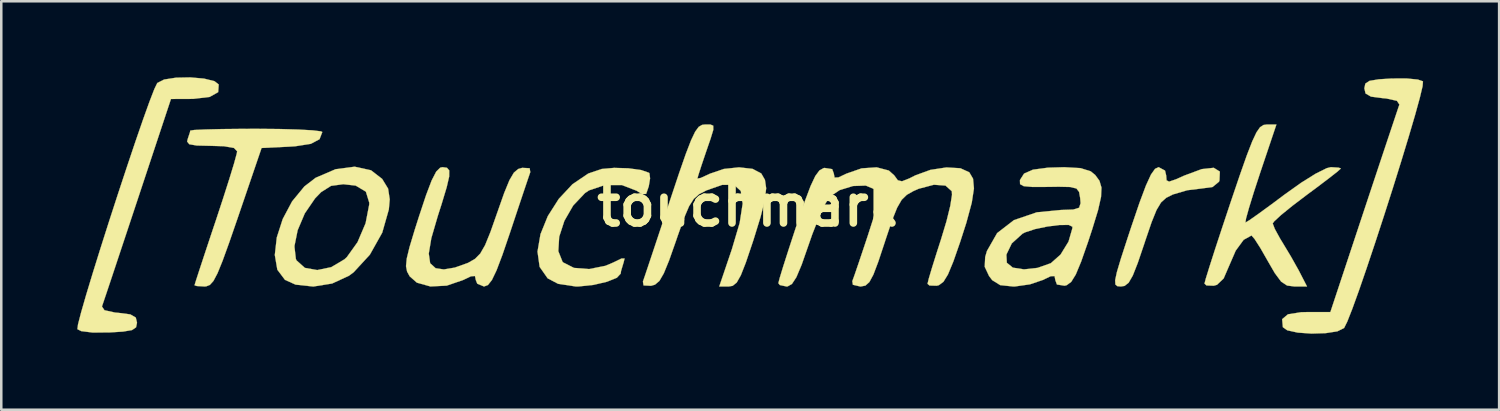
<source format=kicad_pcb>
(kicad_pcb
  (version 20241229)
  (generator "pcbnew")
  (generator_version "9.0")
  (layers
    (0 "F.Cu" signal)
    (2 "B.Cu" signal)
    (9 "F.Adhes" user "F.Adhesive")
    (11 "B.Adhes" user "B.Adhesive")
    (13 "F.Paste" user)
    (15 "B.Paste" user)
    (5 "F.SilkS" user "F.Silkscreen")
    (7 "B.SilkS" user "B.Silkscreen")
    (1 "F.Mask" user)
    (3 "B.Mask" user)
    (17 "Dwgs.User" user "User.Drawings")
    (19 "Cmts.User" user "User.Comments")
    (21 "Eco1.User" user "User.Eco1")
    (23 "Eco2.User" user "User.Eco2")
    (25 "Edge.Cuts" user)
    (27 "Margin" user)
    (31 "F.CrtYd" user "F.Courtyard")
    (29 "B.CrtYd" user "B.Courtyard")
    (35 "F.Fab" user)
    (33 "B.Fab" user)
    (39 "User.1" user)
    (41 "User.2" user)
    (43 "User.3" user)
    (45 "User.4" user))
  (footprint "touchmark"
    (layer "F.Cu")
    (at 26.496 5.062)
    (property "Reference" "touchmark" (at 0 0 0) (layer "F.SilkS") (effects (font (size 1.524 1.524) (thickness 0.3))))
    (attr through_hole)
    (fp_poly (pts (xy 16.439 -1.379) (xy 16.485 -1.186) (xy 16.5 -0.994) (xy 16.6 -0.943) (xy 16.866 -1.033) (xy 17.2 -1.182) (xy 17.888 -1.437) (xy 18.363 -1.489) (xy 18.603 -1.339) (xy 18.589 -0.993) (xy 18.57 -0.94) (xy 18.316 -0.731) (xy 17.891 -0.673) (xy 17.318 -0.603) (xy 16.748 -0.436) (xy 16.748 -0.436) (xy 16.485 -0.304) (xy 16.283 -0.122) (xy 16.104 0.177) (xy 15.909 0.659) (xy 15.66 1.388) (xy 15.624 1.499) (xy 15.364 2.265) (xy 15.168 2.762) (xy 15.004 3.047) (xy 14.843 3.173) (xy 14.697 3.196) (xy 14.558 3.184) (xy 14.48 3.117) (xy 14.471 2.947) (xy 14.54 2.625) (xy 14.695 2.104) (xy 14.944 1.337) (xy 15.108 0.841) (xy 15.434 -0.116) (xy 15.686 -0.789) (xy 15.884 -1.22) (xy 16.045 -1.448) (xy 16.187 -1.514) (xy 16.439 -1.379)) (stroke (width 0.01) (type solid)) (fill yes) (layer "F.SilkS"))
    (fp_poly (pts (xy -18.535 -3.02) (xy -17.774 -2.999) (xy -17.202 -2.967) (xy -16.877 -2.927) (xy -16.824 -2.902) (xy -16.933 -2.617) (xy -17.276 -2.435) (xy -17.894 -2.338) (xy -18.152 -2.322) (xy -19.221 -2.271) (xy -20.154 0.463) (xy -20.499 1.461) (xy -20.761 2.184) (xy -20.961 2.675) (xy -21.121 2.977) (xy -21.262 3.134) (xy -21.406 3.191) (xy -21.477 3.196) (xy -21.779 3.178) (xy -21.868 3.148) (xy -21.817 2.98) (xy -21.677 2.549) (xy -21.466 1.909) (xy -21.203 1.116) (xy -21.026 0.589) (xy -20.738 -0.286) (xy -20.492 -1.056) (xy -20.307 -1.662) (xy -20.203 -2.044) (xy -20.185 -2.138) (xy -20.31 -2.271) (xy -20.705 -2.34) (xy -21.213 -2.355) (xy -21.779 -2.368) (xy -22.074 -2.418) (xy -22.16 -2.524) (xy -22.138 -2.621) (xy -22.049 -2.889) (xy -22.036 -2.957) (xy -21.877 -2.982) (xy -21.439 -3.002) (xy -20.779 -3.018) (xy -19.955 -3.026) (xy -19.428 -3.028) (xy -18.535 -3.02)) (stroke (width 0.01) (type solid)) (fill yes) (layer "F.SilkS"))
    (fp_poly (pts (xy -21.494 -5.01) (xy -21.081 -4.908) (xy -20.913 -4.777) (xy -20.934 -4.475) (xy -21.27 -4.286) (xy -21.921 -4.209) (xy -22.038 -4.208) (xy -22.798 -4.205) (xy -24.123 -0.21) (xy -24.49 0.895) (xy -24.824 1.899) (xy -25.109 2.756) (xy -25.331 3.42) (xy -25.475 3.847) (xy -25.522 3.985) (xy -25.423 4.133) (xy -25.007 4.225) (xy -24.867 4.237) (xy -24.401 4.298) (xy -24.186 4.423) (xy -24.138 4.626) (xy -24.176 4.808) (xy -24.336 4.917) (xy -24.692 4.977) (xy -25.259 5.012) (xy -25.9 5.013) (xy -26.338 4.958) (xy -26.491 4.881) (xy -26.466 4.687) (xy -26.346 4.224) (xy -26.149 3.539) (xy -25.889 2.681) (xy -25.583 1.699) (xy -25.246 0.641) (xy -24.893 -0.446) (xy -24.541 -1.511) (xy -24.206 -2.508) (xy -23.902 -3.387) (xy -23.646 -4.1) (xy -23.453 -4.599) (xy -23.339 -4.835) (xy -23.338 -4.836) (xy -23.068 -4.973) (xy -22.597 -5.046) (xy -22.036 -5.057) (xy -21.494 -5.01)) (stroke (width 0.01) (type solid)) (fill yes) (layer "F.SilkS"))
    (fp_poly (pts (xy -14.902 -1.391) (xy -14.462 -1.051) (xy -14.227 -0.667) (xy -14.163 -0.244) (xy -14.198 0.155) (xy -14.459 1.072) (xy -14.946 1.939) (xy -15.585 2.633) (xy -15.773 2.773) (xy -16.437 3.079) (xy -17.18 3.198) (xy -17.878 3.123) (xy -18.298 2.934) (xy -18.599 2.534) (xy -18.699 1.952) (xy -18.66 1.608) (xy -17.925 1.608) (xy -17.868 2.108) (xy -17.841 2.167) (xy -17.513 2.461) (xy -17.024 2.548) (xy -16.47 2.433) (xy -15.949 2.123) (xy -15.857 2.038) (xy -15.434 1.448) (xy -15.115 0.699) (xy -14.973 -0.035) (xy -14.971 -0.112) (xy -15.104 -0.546) (xy -15.506 -0.786) (xy -15.996 -0.841) (xy -16.479 -0.776) (xy -16.872 -0.528) (xy -17.111 -0.28) (xy -17.515 0.31) (xy -17.797 0.974) (xy -17.925 1.608) (xy -18.66 1.608) (xy -18.621 1.261) (xy -18.386 0.532) (xy -18.016 -0.164) (xy -17.531 -0.753) (xy -17.085 -1.096) (xy -16.297 -1.434) (xy -15.546 -1.532) (xy -14.902 -1.391)) (stroke (width 0.01) (type solid)) (fill yes) (layer "F.SilkS"))
    (fp_poly (pts (xy -4.743 -1.469) (xy -4.244 -1.401) (xy -3.933 -1.294) (xy -3.912 -1.277) (xy -3.886 -1.07) (xy -3.938 -0.759) (xy -4.041 -0.46) (xy -4.202 -0.446) (xy -4.416 -0.583) (xy -4.994 -0.806) (xy -5.671 -0.808) (xy -6.298 -0.597) (xy -6.457 -0.49) (xy -6.921 -0.00015) (xy -7.269 0.604) (xy -7.474 1.234) (xy -7.508 1.803) (xy -7.342 2.22) (xy -7.319 2.245) (xy -6.891 2.462) (xy -6.294 2.508) (xy -5.649 2.38) (xy -5.35 2.254) (xy -5.009 2.089) (xy -4.893 2.089) (xy -4.933 2.256) (xy -4.938 2.268) (xy -5.032 2.583) (xy -5.046 2.689) (xy -5.198 2.852) (xy -5.588 3.009) (xy -6.119 3.133) (xy -6.694 3.194) (xy -6.819 3.196) (xy -7.518 3.09) (xy -7.929 2.874) (xy -8.246 2.421) (xy -8.33 1.819) (xy -8.212 1.13) (xy -7.922 0.416) (xy -7.49 -0.262) (xy -6.948 -0.842) (xy -6.325 -1.263) (xy -5.798 -1.442) (xy -5.304 -1.486) (xy -4.743 -1.469)) (stroke (width 0.01) (type solid)) (fill yes) (layer "F.SilkS"))
    (fp_poly (pts (xy 26.417 -4.972) (xy 26.621 -4.902) (xy 26.606 -4.713) (xy 26.497 -4.255) (xy 26.31 -3.575) (xy 26.059 -2.722) (xy 25.761 -1.742) (xy 25.431 -0.686) (xy 25.083 0.4) (xy 24.734 1.468) (xy 24.399 2.468) (xy 24.094 3.353) (xy 23.833 4.075) (xy 23.632 4.585) (xy 23.507 4.836) (xy 23.506 4.836) (xy 23.244 4.966) (xy 22.779 5.038) (xy 22.221 5.055) (xy 21.68 5.017) (xy 21.265 4.926) (xy 21.09 4.802) (xy 21.062 4.486) (xy 21.292 4.294) (xy 21.809 4.212) (xy 22.09 4.205) (xy 22.966 4.205) (xy 24.291 0.21) (xy 24.658 -0.895) (xy 24.992 -1.899) (xy 25.278 -2.756) (xy 25.5 -3.42) (xy 25.643 -3.847) (xy 25.69 -3.985) (xy 25.592 -4.133) (xy 25.175 -4.225) (xy 25.036 -4.237) (xy 24.569 -4.298) (xy 24.354 -4.423) (xy 24.307 -4.626) (xy 24.346 -4.811) (xy 24.512 -4.921) (xy 24.879 -4.982) (xy 25.383 -5.013) (xy 25.966 -5.016) (xy 26.417 -4.972)) (stroke (width 0.01) (type solid)) (fill yes) (layer "F.SilkS"))
    (fp_poly (pts (xy -11.904 -1.49) (xy -11.814 -1.385) (xy -11.816 -1.145) (xy -11.915 -0.72) (xy -12.115 -0.057) (xy -12.267 0.417) (xy -12.521 1.289) (xy -12.622 1.897) (xy -12.567 2.279) (xy -12.351 2.475) (xy -12.027 2.523) (xy -11.594 2.45) (xy -11.095 2.273) (xy -11.059 2.257) (xy -10.797 2.106) (xy -10.59 1.897) (xy -10.398 1.563) (xy -10.185 1.039) (xy -9.918 0.28) (xy -9.646 -0.492) (xy -9.438 -0.999) (xy -9.263 -1.297) (xy -9.09 -1.442) (xy -8.934 -1.487) (xy -8.64 -1.472) (xy -8.615 -1.318) (xy -8.696 -1.082) (xy -8.861 -0.592) (xy -9.087 0.083) (xy -9.351 0.877) (xy -9.409 1.051) (xy -9.713 1.943) (xy -9.946 2.558) (xy -10.13 2.941) (xy -10.286 3.138) (xy -10.438 3.196) (xy -10.443 3.196) (xy -10.708 3.085) (xy -10.766 2.939) (xy -10.799 2.782) (xy -10.96 2.795) (xy -11.262 2.939) (xy -11.912 3.162) (xy -12.555 3.195) (xy -13.091 3.045) (xy -13.375 2.796) (xy -13.478 2.607) (xy -13.52 2.394) (xy -13.491 2.093) (xy -13.381 1.641) (xy -13.18 0.973) (xy -13.011 0.442) (xy -12.726 -0.416) (xy -12.506 -0.994) (xy -12.328 -1.338) (xy -12.171 -1.493) (xy -12.08 -1.514) (xy -11.904 -1.49)) (stroke (width 0.01) (type solid)) (fill yes) (layer "F.SilkS"))
    (fp_poly (pts (xy -1.393 -3.151) (xy -1.391 -2.989) (xy -1.497 -2.641) (xy -1.682 -2.103) (xy -1.859 -1.58) (xy -1.981 -1.202) (xy -2.019 -1.063) (xy -1.889 -1.088) (xy -1.572 -1.232) (xy -1.522 -1.257) (xy -0.976 -1.443) (xy -0.376 -1.507) (xy 0.158 -1.447) (xy 0.502 -1.265) (xy 0.505 -1.261) (xy 0.648 -1.012) (xy 0.696 -0.682) (xy 0.641 -0.214) (xy 0.476 0.446) (xy 0.195 1.357) (xy 0.153 1.483) (xy -0.107 2.252) (xy -0.304 2.753) (xy -0.467 3.041) (xy -0.627 3.17) (xy -0.782 3.196) (xy -1.156 3.196) (xy -0.657 1.724) (xy -0.35 0.688) (xy -0.232 -0.075) (xy -0.306 -0.574) (xy -0.575 -0.818) (xy -1.044 -0.815) (xy -1.668 -0.595) (xy -1.948 -0.45) (xy -2.161 -0.264) (xy -2.347 0.028) (xy -2.546 0.494) (xy -2.797 1.199) (xy -2.864 1.396) (xy -3.137 2.17) (xy -3.345 2.678) (xy -3.519 2.977) (xy -3.693 3.124) (xy -3.85 3.169) (xy -4.144 3.154) (xy -4.169 3.001) (xy -4.091 2.775) (xy -3.927 2.285) (xy -3.693 1.585) (xy -3.408 0.728) (xy -3.097 -0.21) (xy -2.746 -1.262) (xy -2.477 -2.035) (xy -2.27 -2.572) (xy -2.107 -2.914) (xy -1.968 -3.104) (xy -1.834 -3.183) (xy -1.728 -3.196) (xy -1.504 -3.196) (xy -1.393 -3.151)) (stroke (width 0.01) (type solid)) (fill yes) (layer "F.SilkS"))
    (fp_poly (pts (xy 20.185 -1.262) (xy 19.942 -0.519) (xy 19.754 0.091) (xy 19.638 0.509) (xy 19.613 0.672) (xy 19.614 0.673) (xy 19.772 0.578) (xy 20.139 0.32) (xy 20.657 -0.058) (xy 21.142 -0.421) (xy 21.807 -0.895) (xy 22.39 -1.259) (xy 22.822 -1.474) (xy 22.987 -1.514) (xy 23.291 -1.495) (xy 23.381 -1.462) (xy 23.255 -1.347) (xy 22.914 -1.08) (xy 22.418 -0.704) (xy 22.036 -0.421) (xy 21.466 0.012) (xy 21.016 0.378) (xy 20.744 0.63) (xy 20.69 0.709) (xy 20.773 0.925) (xy 20.981 1.305) (xy 21.085 1.475) (xy 21.413 2.02) (xy 21.716 2.56) (xy 21.762 2.649) (xy 22.044 3.196) (xy 21.547 3.196) (xy 21.258 3.159) (xy 21.022 3.004) (xy 20.771 2.666) (xy 20.494 2.187) (xy 20.206 1.683) (xy 19.976 1.324) (xy 19.854 1.183) (xy 19.852 1.183) (xy 19.542 1.354) (xy 19.229 1.782) (xy 18.98 2.355) (xy 18.753 2.88) (xy 18.492 3.129) (xy 18.364 3.166) (xy 18.077 3.155) (xy 17.997 3.082) (xy 18.048 2.886) (xy 18.191 2.424) (xy 18.408 1.746) (xy 18.685 0.904) (xy 19.003 -0.051) (xy 19.028 -0.126) (xy 19.39 -1.193) (xy 19.668 -1.982) (xy 19.882 -2.533) (xy 20.049 -2.888) (xy 20.19 -3.09) (xy 20.324 -3.178) (xy 20.448 -3.196) (xy 20.835 -3.196) (xy 20.185 -1.262)) (stroke (width 0.01) (type solid)) (fill yes) (layer "F.SilkS"))
    (fp_poly (pts (xy 13.104 -1.476) (xy 13.506 -1.35) (xy 13.683 -1.206) (xy 13.852 -0.975) (xy 13.931 -0.707) (xy 13.914 -0.34) (xy 13.795 0.187) (xy 13.566 0.935) (xy 13.401 1.436) (xy 13.129 2.213) (xy 12.918 2.72) (xy 12.738 3.012) (xy 12.56 3.144) (xy 12.476 3.166) (xy 12.173 3.118) (xy 12.111 2.951) (xy 12.079 2.785) (xy 11.924 2.792) (xy 11.615 2.939) (xy 11.107 3.111) (xy 10.516 3.195) (xy 10.441 3.196) (xy 9.935 3.143) (xy 9.618 2.946) (xy 9.493 2.782) (xy 9.322 2.418) (xy 9.341 2.032) (xy 9.369 1.935) (xy 10.178 1.935) (xy 10.195 2.259) (xy 10.432 2.452) (xy 10.872 2.52) (xy 11.409 2.461) (xy 11.933 2.276) (xy 12.315 1.937) (xy 12.63 1.425) (xy 12.781 0.903) (xy 12.784 0.837) (xy 12.639 0.767) (xy 12.274 0.769) (xy 11.795 0.829) (xy 11.306 0.931) (xy 10.914 1.06) (xy 10.814 1.112) (xy 10.391 1.495) (xy 10.178 1.935) (xy 9.369 1.935) (xy 9.411 1.793) (xy 9.812 1.089) (xy 10.476 0.576) (xy 11.379 0.268) (xy 12.333 0.176) (xy 12.817 0.159) (xy 13.048 0.088) (xy 13.106 -0.089) (xy 13.09 -0.294) (xy 13.048 -0.534) (xy 12.943 -0.671) (xy 12.698 -0.731) (xy 12.238 -0.741) (xy 11.838 -0.735) (xy 11.216 -0.732) (xy 10.864 -0.763) (xy 10.718 -0.843) (xy 10.712 -0.989) (xy 10.718 -1.014) (xy 10.875 -1.26) (xy 11.226 -1.415) (xy 11.82 -1.494) (xy 12.464 -1.512) (xy 13.104 -1.476)) (stroke (width 0.01) (type solid)) (fill yes) (layer "F.SilkS"))
    (fp_poly (pts (xy 5.537 -1.381) (xy 5.75 -1.191) (xy 5.893 -0.996) (xy 6.056 -0.956) (xy 6.349 -1.071) (xy 6.586 -1.191) (xy 7.18 -1.407) (xy 7.811 -1.503) (xy 8.362 -1.471) (xy 8.713 -1.312) (xy 8.862 -1.058) (xy 8.897 -0.673) (xy 8.811 -0.111) (xy 8.598 0.677) (xy 8.354 1.436) (xy 8.083 2.213) (xy 7.872 2.72) (xy 7.692 3.012) (xy 7.514 3.144) (xy 7.429 3.166) (xy 7.143 3.158) (xy 7.065 3.09) (xy 7.114 2.885) (xy 7.248 2.435) (xy 7.443 1.814) (xy 7.597 1.337) (xy 7.812 0.625) (xy 7.963 0.012) (xy 8.031 -0.42) (xy 8.023 -0.564) (xy 7.774 -0.787) (xy 7.316 -0.82) (xy 6.72 -0.663) (xy 6.509 -0.571) (xy 6.248 -0.423) (xy 6.045 -0.226) (xy 5.864 0.088) (xy 5.666 0.584) (xy 5.416 1.328) (xy 5.377 1.448) (xy 5.12 2.222) (xy 4.928 2.728) (xy 4.769 3.022) (xy 4.614 3.16) (xy 4.431 3.196) (xy 4.41 3.196) (xy 4.119 3.128) (xy 4.096 2.986) (xy 4.184 2.743) (xy 4.349 2.261) (xy 4.564 1.621) (xy 4.707 1.192) (xy 4.944 0.452) (xy 5.076 -0.038) (xy 5.113 -0.345) (xy 5.065 -0.537) (xy 4.985 -0.638) (xy 4.628 -0.787) (xy 4.122 -0.77) (xy 3.596 -0.608) (xy 3.207 -0.348) (xy 3.025 -0.061) (xy 2.782 0.461) (xy 2.517 1.133) (xy 2.362 1.577) (xy 2.095 2.341) (xy 1.888 2.83) (xy 1.713 3.097) (xy 1.543 3.193) (xy 1.5 3.196) (xy 1.234 3.139) (xy 1.177 3.065) (xy 1.228 2.865) (xy 1.367 2.409) (xy 1.575 1.76) (xy 1.831 0.978) (xy 1.906 0.752) (xy 2.213 -0.145) (xy 2.448 -0.767) (xy 2.635 -1.164) (xy 2.798 -1.384) (xy 2.959 -1.475) (xy 3 -1.484) (xy 3.302 -1.436) (xy 3.364 -1.269) (xy 3.396 -1.103) (xy 3.551 -1.11) (xy 3.861 -1.257) (xy 4.464 -1.467) (xy 5.058 -1.507) (xy 5.537 -1.381)) (stroke (width 0.01) (type solid)) (fill yes) (layer "F.SilkS")))
  (gr_rect
    (start -3 -3)
    (end 56.123 13.122)
    (stroke (width 0.1) (type default))
    (fill no)
    (layer "Edge.Cuts")))
</source>
